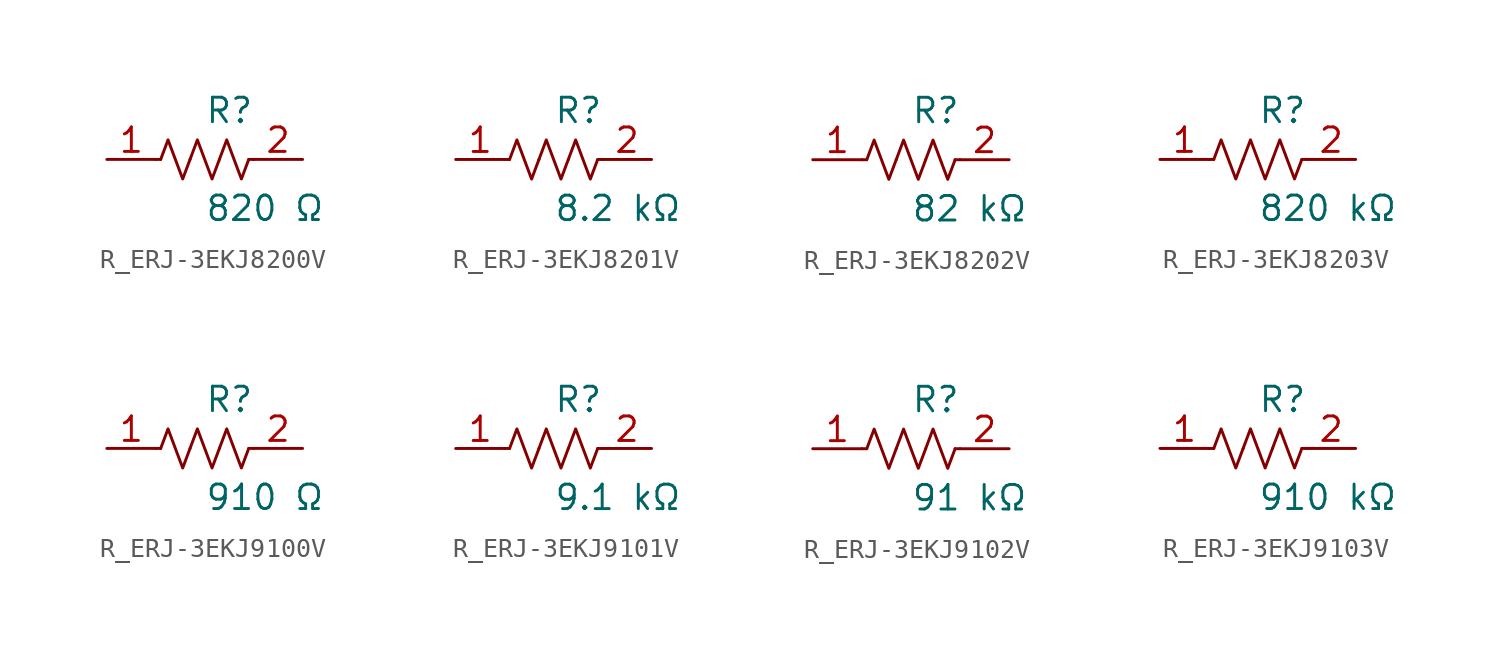
<source format=kicad_sym>
(kicad_symbol_lib
  (version 20231120)
  (generator "kicad_symbol_editor")
  (generator_version "8.0")
  (symbol "R_ERJ-3EKJ8200V"
    (pin_names
      (offset 0.254))
    (property "Reference" "R"
      (at 0 2.54 0)
      (effects (font (size 1.27 1.27)) (justify left)))
    (property "Value" "820 Ω"
      (at 0 -2.54 0)
      (effects (font (size 1.27 1.27)) (justify left)))
    (symbol "R_ERJ-3EKJ8200V_0_1"
      (polyline (pts (xy 2.286 0) (xy 2.54 0)) (stroke (width 0) (type default)) (fill (type none)))
      (polyline (pts (xy -2.286 0) (xy -2.54 0)) (stroke (width 0) (type default)) (fill (type none)))
      (polyline (pts (xy 0.762 0) (xy 1.143 1.016) (xy 1.524 0) (xy 1.905 -1.016) (xy 2.286 0)) (stroke (width 0) (type default)) (fill (type none)))
      (polyline (pts (xy -0.762 0) (xy -0.381 1.016) (xy 0 0) (xy 0.381 -1.016) (xy 0.762 0)) (stroke (width 0) (type default)) (fill (type none)))
      (polyline (pts (xy -2.286 0) (xy -1.905 1.016) (xy -1.524 0) (xy -1.143 -1.016) (xy -0.762 0)) (stroke (width 0) (type default)) (fill (type none))))
    (pin unspecified line
      (at -5.08 0 0)
      (length 2.54)
      (name "" (effects (font (size 1.27 1.27))))
      (number "1" (effects (font (size 1.27 1.27)))))
    (pin unspecified line
      (at 5.08 0 180)
      (length 2.54)
      (name "" (effects (font (size 1.27 1.27))))
      (number "2" (effects (font (size 1.27 1.27))))))
  (symbol "R_ERJ-3EKJ8201V"
    (pin_names
      (offset 0.254))
    (property "Reference" "R"
      (at 0 2.54 0)
      (effects (font (size 1.27 1.27)) (justify left)))
    (property "Value" "8.2 kΩ"
      (at 0 -2.54 0)
      (effects (font (size 1.27 1.27)) (justify left)))
    (symbol "R_ERJ-3EKJ8201V_0_1"
      (polyline (pts (xy 2.286 0) (xy 2.54 0)) (stroke (width 0) (type default)) (fill (type none)))
      (polyline (pts (xy -2.286 0) (xy -2.54 0)) (stroke (width 0) (type default)) (fill (type none)))
      (polyline (pts (xy 0.762 0) (xy 1.143 1.016) (xy 1.524 0) (xy 1.905 -1.016) (xy 2.286 0)) (stroke (width 0) (type default)) (fill (type none)))
      (polyline (pts (xy -0.762 0) (xy -0.381 1.016) (xy 0 0) (xy 0.381 -1.016) (xy 0.762 0)) (stroke (width 0) (type default)) (fill (type none)))
      (polyline (pts (xy -2.286 0) (xy -1.905 1.016) (xy -1.524 0) (xy -1.143 -1.016) (xy -0.762 0)) (stroke (width 0) (type default)) (fill (type none))))
    (pin unspecified line
      (at -5.08 0 0)
      (length 2.54)
      (name "" (effects (font (size 1.27 1.27))))
      (number "1" (effects (font (size 1.27 1.27)))))
    (pin unspecified line
      (at 5.08 0 180)
      (length 2.54)
      (name "" (effects (font (size 1.27 1.27))))
      (number "2" (effects (font (size 1.27 1.27))))))
  (symbol "R_ERJ-3EKJ8202V"
    (pin_names
      (offset 0.254))
    (property "Reference" "R"
      (at 0 2.54 0)
      (effects (font (size 1.27 1.27)) (justify left)))
    (property "Value" "82 kΩ"
      (at 0 -2.54 0)
      (effects (font (size 1.27 1.27)) (justify left)))
    (symbol "R_ERJ-3EKJ8202V_0_1"
      (polyline (pts (xy 2.286 0) (xy 2.54 0)) (stroke (width 0) (type default)) (fill (type none)))
      (polyline (pts (xy -2.286 0) (xy -2.54 0)) (stroke (width 0) (type default)) (fill (type none)))
      (polyline (pts (xy 0.762 0) (xy 1.143 1.016) (xy 1.524 0) (xy 1.905 -1.016) (xy 2.286 0)) (stroke (width 0) (type default)) (fill (type none)))
      (polyline (pts (xy -0.762 0) (xy -0.381 1.016) (xy 0 0) (xy 0.381 -1.016) (xy 0.762 0)) (stroke (width 0) (type default)) (fill (type none)))
      (polyline (pts (xy -2.286 0) (xy -1.905 1.016) (xy -1.524 0) (xy -1.143 -1.016) (xy -0.762 0)) (stroke (width 0) (type default)) (fill (type none))))
    (pin unspecified line
      (at -5.08 0 0)
      (length 2.54)
      (name "" (effects (font (size 1.27 1.27))))
      (number "1" (effects (font (size 1.27 1.27)))))
    (pin unspecified line
      (at 5.08 0 180)
      (length 2.54)
      (name "" (effects (font (size 1.27 1.27))))
      (number "2" (effects (font (size 1.27 1.27))))))
  (symbol "R_ERJ-3EKJ8203V"
    (pin_names
      (offset 0.254))
    (property "Reference" "R"
      (at 0 2.54 0)
      (effects (font (size 1.27 1.27)) (justify left)))
    (property "Value" "820 kΩ"
      (at 0 -2.54 0)
      (effects (font (size 1.27 1.27)) (justify left)))
    (symbol "R_ERJ-3EKJ8203V_0_1"
      (polyline (pts (xy 2.286 0) (xy 2.54 0)) (stroke (width 0) (type default)) (fill (type none)))
      (polyline (pts (xy -2.286 0) (xy -2.54 0)) (stroke (width 0) (type default)) (fill (type none)))
      (polyline (pts (xy 0.762 0) (xy 1.143 1.016) (xy 1.524 0) (xy 1.905 -1.016) (xy 2.286 0)) (stroke (width 0) (type default)) (fill (type none)))
      (polyline (pts (xy -0.762 0) (xy -0.381 1.016) (xy 0 0) (xy 0.381 -1.016) (xy 0.762 0)) (stroke (width 0) (type default)) (fill (type none)))
      (polyline (pts (xy -2.286 0) (xy -1.905 1.016) (xy -1.524 0) (xy -1.143 -1.016) (xy -0.762 0)) (stroke (width 0) (type default)) (fill (type none))))
    (pin unspecified line
      (at -5.08 0 0)
      (length 2.54)
      (name "" (effects (font (size 1.27 1.27))))
      (number "1" (effects (font (size 1.27 1.27)))))
    (pin unspecified line
      (at 5.08 0 180)
      (length 2.54)
      (name "" (effects (font (size 1.27 1.27))))
      (number "2" (effects (font (size 1.27 1.27))))))
  (symbol "R_ERJ-3EKJ9100V"
    (pin_names
      (offset 0.254))
    (property "Reference" "R"
      (at 0 2.54 0)
      (effects (font (size 1.27 1.27)) (justify left)))
    (property "Value" "910 Ω"
      (at 0 -2.54 0)
      (effects (font (size 1.27 1.27)) (justify left)))
    (symbol "R_ERJ-3EKJ9100V_0_1"
      (polyline (pts (xy 2.286 0) (xy 2.54 0)) (stroke (width 0) (type default)) (fill (type none)))
      (polyline (pts (xy -2.286 0) (xy -2.54 0)) (stroke (width 0) (type default)) (fill (type none)))
      (polyline (pts (xy 0.762 0) (xy 1.143 1.016) (xy 1.524 0) (xy 1.905 -1.016) (xy 2.286 0)) (stroke (width 0) (type default)) (fill (type none)))
      (polyline (pts (xy -0.762 0) (xy -0.381 1.016) (xy 0 0) (xy 0.381 -1.016) (xy 0.762 0)) (stroke (width 0) (type default)) (fill (type none)))
      (polyline (pts (xy -2.286 0) (xy -1.905 1.016) (xy -1.524 0) (xy -1.143 -1.016) (xy -0.762 0)) (stroke (width 0) (type default)) (fill (type none))))
    (pin unspecified line
      (at -5.08 0 0)
      (length 2.54)
      (name "" (effects (font (size 1.27 1.27))))
      (number "1" (effects (font (size 1.27 1.27)))))
    (pin unspecified line
      (at 5.08 0 180)
      (length 2.54)
      (name "" (effects (font (size 1.27 1.27))))
      (number "2" (effects (font (size 1.27 1.27))))))
  (symbol "R_ERJ-3EKJ9101V"
    (pin_names
      (offset 0.254))
    (property "Reference" "R"
      (at 0 2.54 0)
      (effects (font (size 1.27 1.27)) (justify left)))
    (property "Value" "9.1 kΩ"
      (at 0 -2.54 0)
      (effects (font (size 1.27 1.27)) (justify left)))
    (symbol "R_ERJ-3EKJ9101V_0_1"
      (polyline (pts (xy 2.286 0) (xy 2.54 0)) (stroke (width 0) (type default)) (fill (type none)))
      (polyline (pts (xy -2.286 0) (xy -2.54 0)) (stroke (width 0) (type default)) (fill (type none)))
      (polyline (pts (xy 0.762 0) (xy 1.143 1.016) (xy 1.524 0) (xy 1.905 -1.016) (xy 2.286 0)) (stroke (width 0) (type default)) (fill (type none)))
      (polyline (pts (xy -0.762 0) (xy -0.381 1.016) (xy 0 0) (xy 0.381 -1.016) (xy 0.762 0)) (stroke (width 0) (type default)) (fill (type none)))
      (polyline (pts (xy -2.286 0) (xy -1.905 1.016) (xy -1.524 0) (xy -1.143 -1.016) (xy -0.762 0)) (stroke (width 0) (type default)) (fill (type none))))
    (pin unspecified line
      (at -5.08 0 0)
      (length 2.54)
      (name "" (effects (font (size 1.27 1.27))))
      (number "1" (effects (font (size 1.27 1.27)))))
    (pin unspecified line
      (at 5.08 0 180)
      (length 2.54)
      (name "" (effects (font (size 1.27 1.27))))
      (number "2" (effects (font (size 1.27 1.27))))))
  (symbol "R_ERJ-3EKJ9102V"
    (pin_names
      (offset 0.254))
    (property "Reference" "R"
      (at 0 2.54 0)
      (effects (font (size 1.27 1.27)) (justify left)))
    (property "Value" "91 kΩ"
      (at 0 -2.54 0)
      (effects (font (size 1.27 1.27)) (justify left)))
    (symbol "R_ERJ-3EKJ9102V_0_1"
      (polyline (pts (xy 2.286 0) (xy 2.54 0)) (stroke (width 0) (type default)) (fill (type none)))
      (polyline (pts (xy -2.286 0) (xy -2.54 0)) (stroke (width 0) (type default)) (fill (type none)))
      (polyline (pts (xy 0.762 0) (xy 1.143 1.016) (xy 1.524 0) (xy 1.905 -1.016) (xy 2.286 0)) (stroke (width 0) (type default)) (fill (type none)))
      (polyline (pts (xy -0.762 0) (xy -0.381 1.016) (xy 0 0) (xy 0.381 -1.016) (xy 0.762 0)) (stroke (width 0) (type default)) (fill (type none)))
      (polyline (pts (xy -2.286 0) (xy -1.905 1.016) (xy -1.524 0) (xy -1.143 -1.016) (xy -0.762 0)) (stroke (width 0) (type default)) (fill (type none))))
    (pin unspecified line
      (at -5.08 0 0)
      (length 2.54)
      (name "" (effects (font (size 1.27 1.27))))
      (number "1" (effects (font (size 1.27 1.27)))))
    (pin unspecified line
      (at 5.08 0 180)
      (length 2.54)
      (name "" (effects (font (size 1.27 1.27))))
      (number "2" (effects (font (size 1.27 1.27))))))
  (symbol "R_ERJ-3EKJ9103V"
    (pin_names
      (offset 0.254))
    (property "Reference" "R"
      (at 0 2.54 0)
      (effects (font (size 1.27 1.27)) (justify left)))
    (property "Value" "910 kΩ"
      (at 0 -2.54 0)
      (effects (font (size 1.27 1.27)) (justify left)))
    (symbol "R_ERJ-3EKJ9103V_0_1"
      (polyline (pts (xy 2.286 0) (xy 2.54 0)) (stroke (width 0) (type default)) (fill (type none)))
      (polyline (pts (xy -2.286 0) (xy -2.54 0)) (stroke (width 0) (type default)) (fill (type none)))
      (polyline (pts (xy 0.762 0) (xy 1.143 1.016) (xy 1.524 0) (xy 1.905 -1.016) (xy 2.286 0)) (stroke (width 0) (type default)) (fill (type none)))
      (polyline (pts (xy -0.762 0) (xy -0.381 1.016) (xy 0 0) (xy 0.381 -1.016) (xy 0.762 0)) (stroke (width 0) (type default)) (fill (type none)))
      (polyline (pts (xy -2.286 0) (xy -1.905 1.016) (xy -1.524 0) (xy -1.143 -1.016) (xy -0.762 0)) (stroke (width 0) (type default)) (fill (type none))))
    (pin unspecified line
      (at -5.08 0 0)
      (length 2.54)
      (name "" (effects (font (size 1.27 1.27))))
      (number "1" (effects (font (size 1.27 1.27)))))
    (pin unspecified line
      (at 5.08 0 180)
      (length 2.54)
      (name "" (effects (font (size 1.27 1.27))))
      (number "2" (effects (font (size 1.27 1.27)))))))
</source>
